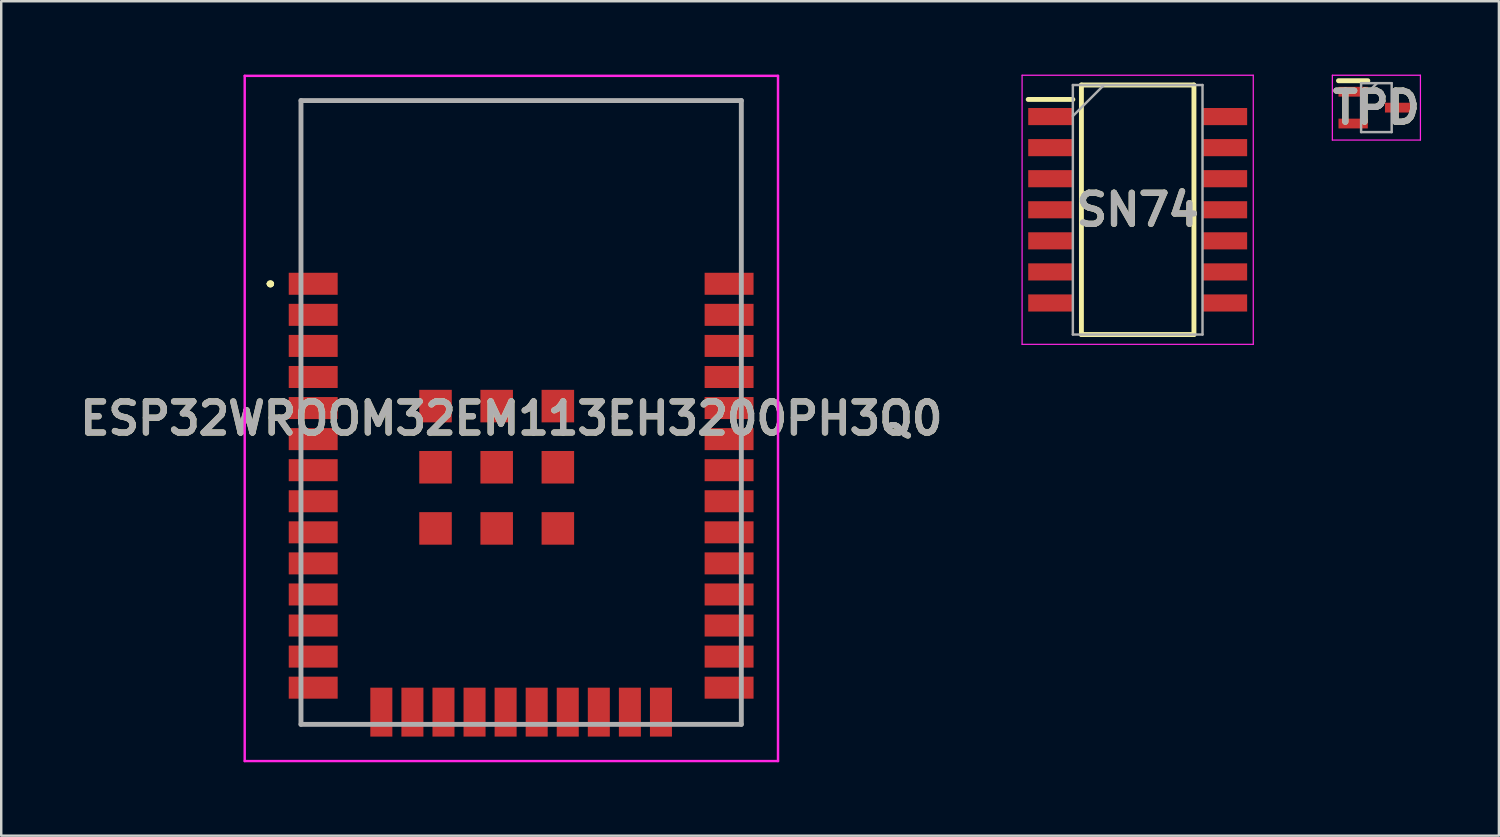
<source format=kicad_pcb>
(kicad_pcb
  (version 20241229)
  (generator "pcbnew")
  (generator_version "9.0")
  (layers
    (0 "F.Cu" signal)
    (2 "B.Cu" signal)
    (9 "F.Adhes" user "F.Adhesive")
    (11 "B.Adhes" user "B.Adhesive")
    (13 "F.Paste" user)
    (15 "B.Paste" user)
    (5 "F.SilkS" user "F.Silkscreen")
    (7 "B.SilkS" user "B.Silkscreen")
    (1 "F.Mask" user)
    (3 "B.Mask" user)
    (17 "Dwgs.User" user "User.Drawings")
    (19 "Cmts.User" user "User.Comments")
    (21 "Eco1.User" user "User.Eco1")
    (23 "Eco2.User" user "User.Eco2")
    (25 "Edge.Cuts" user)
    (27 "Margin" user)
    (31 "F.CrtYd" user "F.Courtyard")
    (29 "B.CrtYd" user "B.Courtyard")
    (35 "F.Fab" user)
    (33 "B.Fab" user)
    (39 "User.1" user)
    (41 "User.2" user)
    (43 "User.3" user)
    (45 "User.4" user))
  (footprint "SN74"
    (layer "F.Cu")
    (at 43.455 5.525)
    (property "Reference" "SN74" (at 0 0 0) (layer "F.SilkS") (effects (font (size 1.27 1.27) (thickness 0.254))))
    (attr smd)
    (fp_line (start -4.475 -4.51) (end -2.65 -4.51) (stroke (width 0.2) (type solid)) (layer "F.SilkS"))
    (fp_line (start -2.3 -5.1) (end 2.3 -5.1) (stroke (width 0.2) (type solid)) (layer "F.SilkS"))
    (fp_line (start -2.3 5.1) (end -2.3 -5.1) (stroke (width 0.2) (type solid)) (layer "F.SilkS"))
    (fp_line (start 2.3 -5.1) (end 2.3 5.1) (stroke (width 0.2) (type solid)) (layer "F.SilkS"))
    (fp_line (start 2.3 5.1) (end -2.3 5.1) (stroke (width 0.2) (type solid)) (layer "F.SilkS"))
    (fp_line (start -4.725 -5.5) (end 4.725 -5.5) (stroke (width 0.05) (type solid)) (layer "F.CrtYd"))
    (fp_line (start -4.725 5.5) (end -4.725 -5.5) (stroke (width 0.05) (type solid)) (layer "F.CrtYd"))
    (fp_line (start 4.725 -5.5) (end 4.725 5.5) (stroke (width 0.05) (type solid)) (layer "F.CrtYd"))
    (fp_line (start 4.725 5.5) (end -4.725 5.5) (stroke (width 0.05) (type solid)) (layer "F.CrtYd"))
    (fp_line (start -2.65 -5.1) (end 2.65 -5.1) (stroke (width 0.1) (type solid)) (layer "F.Fab"))
    (fp_line (start -2.65 -3.83) (end -1.38 -5.1) (stroke (width 0.1) (type solid)) (layer "F.Fab"))
    (fp_line (start -2.65 5.1) (end -2.65 -5.1) (stroke (width 0.1) (type solid)) (layer "F.Fab"))
    (fp_line (start 2.65 -5.1) (end 2.65 5.1) (stroke (width 0.1) (type solid)) (layer "F.Fab"))
    (fp_line (start 2.65 5.1) (end -2.65 5.1) (stroke (width 0.1) (type solid)) (layer "F.Fab"))
    (fp_text user "${REFERENCE}" (at 0 0 0) (layer "F.Fab") (effects (font (size 1.27 1.27) (thickness 0.254))))
    (pad "1" smd rect (at -3.562 -3.81 90) (size 0.7 1.825) (layers "F.Cu" "F.Mask" "F.Paste"))
    (pad "2" smd rect (at -3.562 -2.54 90) (size 0.7 1.825) (layers "F.Cu" "F.Mask" "F.Paste"))
    (pad "3" smd rect (at -3.562 -1.27 90) (size 0.7 1.825) (layers "F.Cu" "F.Mask" "F.Paste"))
    (pad "4" smd rect (at -3.562 0 90) (size 0.7 1.825) (layers "F.Cu" "F.Mask" "F.Paste"))
    (pad "5" smd rect (at -3.562 1.27 90) (size 0.7 1.825) (layers "F.Cu" "F.Mask" "F.Paste"))
    (pad "6" smd rect (at -3.562 2.54 90) (size 0.7 1.825) (layers "F.Cu" "F.Mask" "F.Paste"))
    (pad "7" smd rect (at -3.562 3.81 90) (size 0.7 1.825) (layers "F.Cu" "F.Mask" "F.Paste"))
    (pad "8" smd rect (at 3.562 3.81 90) (size 0.7 1.825) (layers "F.Cu" "F.Mask" "F.Paste"))
    (pad "9" smd rect (at 3.562 2.54 90) (size 0.7 1.825) (layers "F.Cu" "F.Mask" "F.Paste"))
    (pad "10" smd rect (at 3.562 1.27 90) (size 0.7 1.825) (layers "F.Cu" "F.Mask" "F.Paste"))
    (pad "11" smd rect (at 3.562 0 90) (size 0.7 1.825) (layers "F.Cu" "F.Mask" "F.Paste"))
    (pad "12" smd rect (at 3.562 -1.27 90) (size 0.7 1.825) (layers "F.Cu" "F.Mask" "F.Paste"))
    (pad "13" smd rect (at 3.562 -2.54 90) (size 0.7 1.825) (layers "F.Cu" "F.Mask" "F.Paste"))
    (pad "14" smd rect (at 3.562 -3.81 90) (size 0.7 1.825) (layers "F.Cu" "F.Mask" "F.Paste")))
  (footprint "TPD"
    (layer "F.Cu")
    (at 53.213 1.35)
    (property "Reference" "TPD" (at 0 0 0) (layer "F.SilkS") (effects (font (size 1.27 1.27) (thickness 0.254))))
    (attr smd)
    (fp_line (start -1.55 -1.1) (end -0.35 -1.1) (stroke (width 0.2) (type solid)) (layer "F.SilkS"))
    (fp_line (start -1.8 -1.325) (end 1.8 -1.325) (stroke (width 0.05) (type solid)) (layer "F.CrtYd"))
    (fp_line (start -1.8 1.325) (end -1.8 -1.325) (stroke (width 0.05) (type solid)) (layer "F.CrtYd"))
    (fp_line (start 1.8 -1.325) (end 1.8 1.325) (stroke (width 0.05) (type solid)) (layer "F.CrtYd"))
    (fp_line (start 1.8 1.325) (end -1.8 1.325) (stroke (width 0.05) (type solid)) (layer "F.CrtYd"))
    (fp_line (start -0.625 -1) (end 0.625 -1) (stroke (width 0.1) (type solid)) (layer "F.Fab"))
    (fp_line (start -0.625 -0.35) (end 0.025 -1) (stroke (width 0.1) (type solid)) (layer "F.Fab"))
    (fp_line (start -0.625 1) (end -0.625 -1) (stroke (width 0.1) (type solid)) (layer "F.Fab"))
    (fp_line (start 0.625 -1) (end 0.625 1) (stroke (width 0.1) (type solid)) (layer "F.Fab"))
    (fp_line (start 0.625 1) (end -0.625 1) (stroke (width 0.1) (type solid)) (layer "F.Fab"))
    (fp_text user "${REFERENCE}" (at 0 0 0) (layer "F.Fab") (effects (font (size 1.27 1.27) (thickness 0.254))))
    (pad "1" smd rect (at -0.95 -0.65 90) (size 0.4 1.2) (layers "F.Cu" "F.Mask" "F.Paste"))
    (pad "2" smd rect (at -0.95 0.65 90) (size 0.4 1.2) (layers "F.Cu" "F.Mask" "F.Paste"))
    (pad "3" smd rect (at 0.95 0 90) (size 0.4 1.2) (layers "F.Cu" "F.Mask" "F.Paste")))
  (footprint "ESP32WROOM32EM113EH3200PH3Q0"
    (layer "F.Cu")
    (at 9.753 8.55)
    (property "Reference" "ESP32WROOM32EM113EH3200PH3Q0" (at 8.1 5.505 0) (layer "F.SilkS") (effects (font (size 1.27 1.27) (thickness 0.254))))
    (attr smd)
    (fp_line (start -1.8 0) (end -1.8 0) (stroke (width 0.2) (type solid)) (layer "F.SilkS"))
    (fp_line (start -1.8 0) (end -1.8 0) (stroke (width 0.2) (type solid)) (layer "F.SilkS"))
    (fp_line (start -1.7 0) (end -1.7 0) (stroke (width 0.2) (type solid)) (layer "F.SilkS"))
    (fp_line (start -0.5 -7.5) (end -0.5 -7.5) (stroke (width 0.1) (type solid)) (layer "F.SilkS"))
    (fp_line (start -0.5 -7.5) (end -0.5 -7.5) (stroke (width 0.1) (type solid)) (layer "F.SilkS"))
    (fp_line (start -0.5 -7.5) (end -0.5 -1.25) (stroke (width 0.1) (type solid)) (layer "F.SilkS"))
    (fp_line (start -0.5 -7.5) (end 17.5 -7.5) (stroke (width 0.1) (type solid)) (layer "F.SilkS"))
    (fp_line (start -0.5 -1.25) (end -0.5 -7.5) (stroke (width 0.1) (type solid)) (layer "F.SilkS"))
    (fp_line (start -0.5 -1.25) (end -0.5 -1.25) (stroke (width 0.1) (type solid)) (layer "F.SilkS"))
    (fp_line (start -0.5 18) (end -0.5 18) (stroke (width 0.1) (type solid)) (layer "F.SilkS"))
    (fp_line (start -0.5 18) (end 1.5 18) (stroke (width 0.1) (type solid)) (layer "F.SilkS"))
    (fp_line (start 1.5 18) (end -0.5 18) (stroke (width 0.1) (type solid)) (layer "F.SilkS"))
    (fp_line (start 1.5 18) (end 1.5 18) (stroke (width 0.1) (type solid)) (layer "F.SilkS"))
    (fp_line (start 15.5 18) (end 15.5 18) (stroke (width 0.1) (type solid)) (layer "F.SilkS"))
    (fp_line (start 15.5 18) (end 17.5 18) (stroke (width 0.1) (type solid)) (layer "F.SilkS"))
    (fp_line (start 17.5 -7.5) (end -0.5 -7.5) (stroke (width 0.1) (type solid)) (layer "F.SilkS"))
    (fp_line (start 17.5 -7.5) (end 17.5 -7.5) (stroke (width 0.1) (type solid)) (layer "F.SilkS"))
    (fp_line (start 17.5 -7.5) (end 17.5 -7.5) (stroke (width 0.1) (type solid)) (layer "F.SilkS"))
    (fp_line (start 17.5 -7.5) (end 17.5 -1.25) (stroke (width 0.1) (type solid)) (layer "F.SilkS"))
    (fp_line (start 17.5 -1.25) (end 17.5 -7.5) (stroke (width 0.1) (type solid)) (layer "F.SilkS"))
    (fp_line (start 17.5 -1.25) (end 17.5 -1.25) (stroke (width 0.1) (type solid)) (layer "F.SilkS"))
    (fp_line (start 17.5 18) (end 15.5 18) (stroke (width 0.1) (type solid)) (layer "F.SilkS"))
    (fp_line (start 17.5 18) (end 17.5 18) (stroke (width 0.1) (type solid)) (layer "F.SilkS"))
    (fp_arc (start -1.8 0) (mid -1.75 -0.05) (end -1.7 0) (stroke (width 0.2) (type solid)) (layer "F.SilkS"))
    (fp_arc (start -1.7 0) (mid -1.75 0.05) (end -1.8 0) (stroke (width 0.2) (type solid)) (layer "F.SilkS"))
    (fp_arc (start -1.7 0) (mid -1.75 0.05) (end -1.8 0) (stroke (width 0.2) (type solid)) (layer "F.SilkS"))
    (fp_line (start -2.8 -8.5) (end 19 -8.5) (stroke (width 0.1) (type solid)) (layer "F.CrtYd"))
    (fp_line (start -2.8 19.51) (end -2.8 -8.5) (stroke (width 0.1) (type solid)) (layer "F.CrtYd"))
    (fp_line (start 19 -8.5) (end 19 19.51) (stroke (width 0.1) (type solid)) (layer "F.CrtYd"))
    (fp_line (start 19 19.51) (end -2.8 19.51) (stroke (width 0.1) (type solid)) (layer "F.CrtYd"))
    (fp_line (start -0.5 -7.49) (end -0.5 18.01) (stroke (width 0.2) (type solid)) (layer "F.Fab"))
    (fp_line (start -0.5 18.01) (end 17.5 18.01) (stroke (width 0.2) (type solid)) (layer "F.Fab"))
    (fp_line (start 17.5 -7.49) (end -0.5 -7.49) (stroke (width 0.2) (type solid)) (layer "F.Fab"))
    (fp_line (start 17.5 18.01) (end 17.5 -7.49) (stroke (width 0.2) (type solid)) (layer "F.Fab"))
    (fp_text user "${REFERENCE}" (at 8.1 5.505 0) (layer "F.Fab") (effects (font (size 1.27 1.27) (thickness 0.254))))
    (pad "1" smd rect (at 0 0 90) (size 0.9 2) (layers "F.Cu" "F.Mask" "F.Paste"))
    (pad "2" smd rect (at 0 1.27 90) (size 0.9 2) (layers "F.Cu" "F.Mask" "F.Paste"))
    (pad "3" smd rect (at 0 2.54 90) (size 0.9 2) (layers "F.Cu" "F.Mask" "F.Paste"))
    (pad "4" smd rect (at 0 3.81 90) (size 0.9 2) (layers "F.Cu" "F.Mask" "F.Paste"))
    (pad "5" smd rect (at 0 5.08 90) (size 0.9 2) (layers "F.Cu" "F.Mask" "F.Paste"))
    (pad "6" smd rect (at 0 6.35 90) (size 0.9 2) (layers "F.Cu" "F.Mask" "F.Paste"))
    (pad "7" smd rect (at 0 7.62 90) (size 0.9 2) (layers "F.Cu" "F.Mask" "F.Paste"))
    (pad "8" smd rect (at 0 8.89 90) (size 0.9 2) (layers "F.Cu" "F.Mask" "F.Paste"))
    (pad "9" smd rect (at 0 10.16 90) (size 0.9 2) (layers "F.Cu" "F.Mask" "F.Paste"))
    (pad "10" smd rect (at 0 11.43 90) (size 0.9 2) (layers "F.Cu" "F.Mask" "F.Paste"))
    (pad "11" smd rect (at 0 12.7 90) (size 0.9 2) (layers "F.Cu" "F.Mask" "F.Paste"))
    (pad "12" smd rect (at 0 13.97 90) (size 0.9 2) (layers "F.Cu" "F.Mask" "F.Paste"))
    (pad "13" smd rect (at 0 15.24 90) (size 0.9 2) (layers "F.Cu" "F.Mask" "F.Paste"))
    (pad "14" smd rect (at 0 16.51 90) (size 0.9 2) (layers "F.Cu" "F.Mask" "F.Paste"))
    (pad "15" smd rect (at 2.785 17.51) (size 0.9 2) (layers "F.Cu" "F.Mask" "F.Paste"))
    (pad "16" smd rect (at 4.055 17.51) (size 0.9 2) (layers "F.Cu" "F.Mask" "F.Paste"))
    (pad "17" smd rect (at 5.325 17.51) (size 0.9 2) (layers "F.Cu" "F.Mask" "F.Paste"))
    (pad "18" smd rect (at 6.595 17.51) (size 0.9 2) (layers "F.Cu" "F.Mask" "F.Paste"))
    (pad "19" smd rect (at 7.865 17.51) (size 0.9 2) (layers "F.Cu" "F.Mask" "F.Paste"))
    (pad "20" smd rect (at 9.135 17.51) (size 0.9 2) (layers "F.Cu" "F.Mask" "F.Paste"))
    (pad "21" smd rect (at 10.405 17.51) (size 0.9 2) (layers "F.Cu" "F.Mask" "F.Paste"))
    (pad "22" smd rect (at 11.675 17.51) (size 0.9 2) (layers "F.Cu" "F.Mask" "F.Paste"))
    (pad "23" smd rect (at 12.945 17.51) (size 0.9 2) (layers "F.Cu" "F.Mask" "F.Paste"))
    (pad "24" smd rect (at 14.215 17.51) (size 0.9 2) (layers "F.Cu" "F.Mask" "F.Paste"))
    (pad "25" smd rect (at 17 16.51 90) (size 0.9 2) (layers "F.Cu" "F.Mask" "F.Paste"))
    (pad "26" smd rect (at 17 15.24 90) (size 0.9 2) (layers "F.Cu" "F.Mask" "F.Paste"))
    (pad "27" smd rect (at 17 13.97 90) (size 0.9 2) (layers "F.Cu" "F.Mask" "F.Paste"))
    (pad "28" smd rect (at 17 12.7 90) (size 0.9 2) (layers "F.Cu" "F.Mask" "F.Paste"))
    (pad "29" smd rect (at 17 11.43 90) (size 0.9 2) (layers "F.Cu" "F.Mask" "F.Paste"))
    (pad "30" smd rect (at 17 10.16 90) (size 0.9 2) (layers "F.Cu" "F.Mask" "F.Paste"))
    (pad "31" smd rect (at 17 8.89 90) (size 0.9 2) (layers "F.Cu" "F.Mask" "F.Paste"))
    (pad "32" smd rect (at 17 7.62 90) (size 0.9 2) (layers "F.Cu" "F.Mask" "F.Paste"))
    (pad "33" smd rect (at 17 6.35 90) (size 0.9 2) (layers "F.Cu" "F.Mask" "F.Paste"))
    (pad "34" smd rect (at 17 5.08 90) (size 0.9 2) (layers "F.Cu" "F.Mask" "F.Paste"))
    (pad "35" smd rect (at 17 3.81 90) (size 0.9 2) (layers "F.Cu" "F.Mask" "F.Paste"))
    (pad "36" smd rect (at 17 2.54 90) (size 0.9 2) (layers "F.Cu" "F.Mask" "F.Paste"))
    (pad "37" smd rect (at 17 1.27 90) (size 0.9 2) (layers "F.Cu" "F.Mask" "F.Paste"))
    (pad "38" smd rect (at 17 0 90) (size 0.9 2) (layers "F.Cu" "F.Mask" "F.Paste"))
    (pad "39" smd rect (at 5 5 90) (size 1.33 1.33) (layers "F.Cu" "F.Mask" "F.Paste"))
    (pad "40" smd rect (at 5 7.5 90) (size 1.33 1.33) (layers "F.Cu" "F.Mask" "F.Paste"))
    (pad "41" smd rect (at 5 10 90) (size 1.33 1.33) (layers "F.Cu" "F.Mask" "F.Paste"))
    (pad "42" smd rect (at 7.5 10 90) (size 1.33 1.33) (layers "F.Cu" "F.Mask" "F.Paste"))
    (pad "43" smd rect (at 7.5 7.5 90) (size 1.33 1.33) (layers "F.Cu" "F.Mask" "F.Paste"))
    (pad "44" smd rect (at 7.5 5 90) (size 1.33 1.33) (layers "F.Cu" "F.Mask" "F.Paste"))
    (pad "45" smd rect (at 10 5 90) (size 1.33 1.33) (layers "F.Cu" "F.Mask" "F.Paste"))
    (pad "46" smd rect (at 10 7.5 90) (size 1.33 1.33) (layers "F.Cu" "F.Mask" "F.Paste"))
    (pad "47" smd rect (at 10 10 90) (size 1.33 1.33) (layers "F.Cu" "F.Mask" "F.Paste")))
  (gr_rect
    (start -3 -3)
    (end 58.221 31.11)
    (stroke (width 0.1) (type default))
    (fill no)
    (layer "Edge.Cuts")))
</source>
